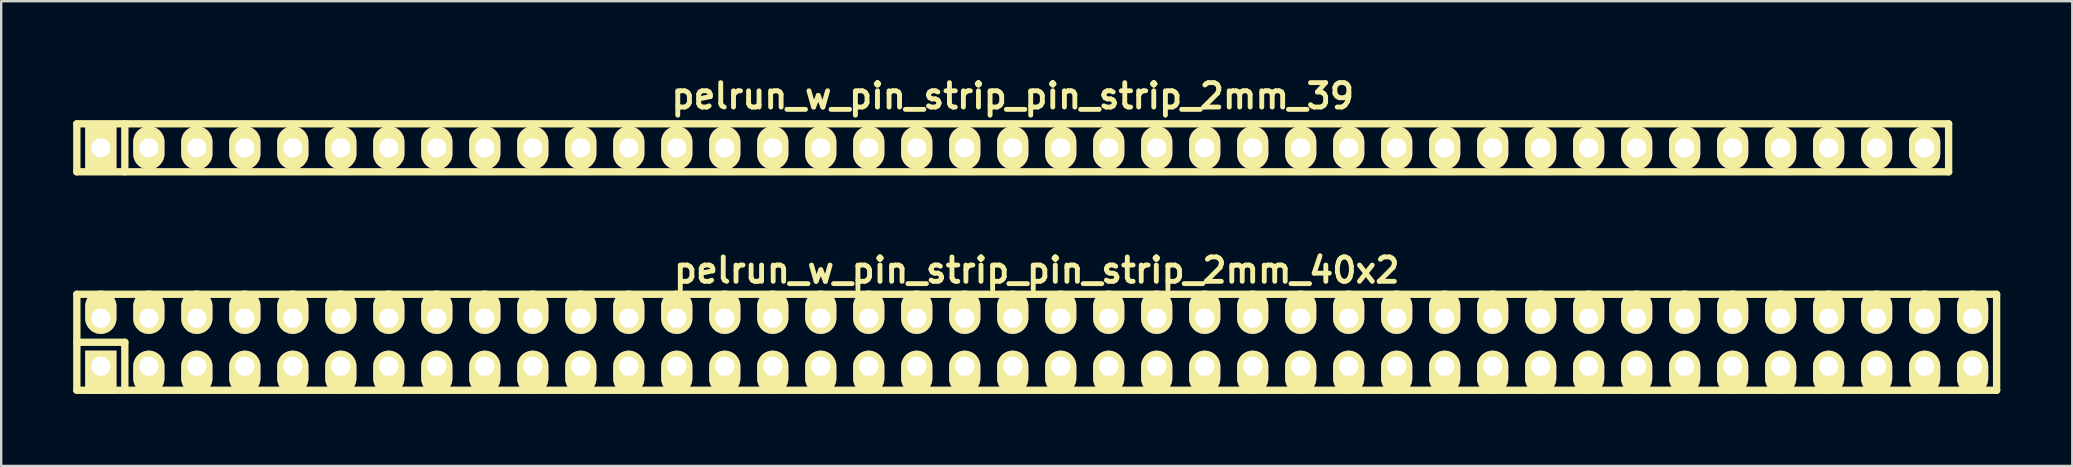
<source format=kicad_pcb>
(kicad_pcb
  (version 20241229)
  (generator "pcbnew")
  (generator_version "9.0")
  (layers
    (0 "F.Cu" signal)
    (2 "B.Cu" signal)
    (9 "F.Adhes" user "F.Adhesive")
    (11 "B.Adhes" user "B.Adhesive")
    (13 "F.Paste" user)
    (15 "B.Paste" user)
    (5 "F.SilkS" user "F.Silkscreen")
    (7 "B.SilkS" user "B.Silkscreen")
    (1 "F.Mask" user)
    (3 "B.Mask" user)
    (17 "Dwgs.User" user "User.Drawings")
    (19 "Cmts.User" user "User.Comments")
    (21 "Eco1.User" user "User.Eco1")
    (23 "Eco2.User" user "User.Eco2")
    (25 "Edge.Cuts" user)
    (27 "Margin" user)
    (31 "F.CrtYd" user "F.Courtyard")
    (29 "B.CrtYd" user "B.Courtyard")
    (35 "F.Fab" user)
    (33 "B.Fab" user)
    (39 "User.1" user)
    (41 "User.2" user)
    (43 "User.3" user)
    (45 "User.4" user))
  (footprint "pelrun_w_pin_strip_pin_strip_2mm_39"
    (layer "F.Cu")
    (at 39.152 3.11)
    (property "Reference" "pelrun_w_pin_strip_pin_strip_2mm_39" (at 0 -2.159 0) (layer "F.SilkS") (effects (font (size 1.016 1.016) (thickness 0.203))))
    (attr through_hole)
    (fp_line (start -39 -1) (end 39 -1) (stroke (width 0.305) (type solid)) (layer "F.SilkS"))
    (fp_line (start -39 1) (end -39 -1) (stroke (width 0.305) (type solid)) (layer "F.SilkS"))
    (fp_line (start -37 -1) (end -37 1) (stroke (width 0.305) (type solid)) (layer "F.SilkS"))
    (fp_line (start 39 -1) (end 39 1) (stroke (width 0.305) (type solid)) (layer "F.SilkS"))
    (fp_line (start 39 1) (end -39 1) (stroke (width 0.305) (type solid)) (layer "F.SilkS"))
    (pad "1" thru_hole rect (at -38 0) (size 1.3 1.8) (drill 0.8) (layers "*.Cu" "*.Mask" "F.SilkS"))
    (pad "2" thru_hole oval (at -36 0) (size 1.3 1.8) (drill 0.8) (layers "*.Cu" "*.Mask" "F.SilkS"))
    (pad "3" thru_hole oval (at -34 0) (size 1.3 1.8) (drill 0.8) (layers "*.Cu" "*.Mask" "F.SilkS"))
    (pad "4" thru_hole oval (at -32 0) (size 1.3 1.8) (drill 0.8) (layers "*.Cu" "*.Mask" "F.SilkS"))
    (pad "5" thru_hole oval (at -30 0) (size 1.3 1.8) (drill 0.8) (layers "*.Cu" "*.Mask" "F.SilkS"))
    (pad "6" thru_hole oval (at -28 0) (size 1.3 1.8) (drill 0.8) (layers "*.Cu" "*.Mask" "F.SilkS"))
    (pad "7" thru_hole oval (at -26 0) (size 1.3 1.8) (drill 0.8) (layers "*.Cu" "*.Mask" "F.SilkS"))
    (pad "8" thru_hole oval (at -24 0) (size 1.3 1.8) (drill 0.8) (layers "*.Cu" "*.Mask" "F.SilkS"))
    (pad "9" thru_hole oval (at -22 0) (size 1.3 1.8) (drill 0.8) (layers "*.Cu" "*.Mask" "F.SilkS"))
    (pad "10" thru_hole oval (at -20 0) (size 1.3 1.8) (drill 0.8) (layers "*.Cu" "*.Mask" "F.SilkS"))
    (pad "11" thru_hole oval (at -18 0) (size 1.3 1.8) (drill 0.8) (layers "*.Cu" "*.Mask" "F.SilkS"))
    (pad "12" thru_hole oval (at -16 0) (size 1.3 1.8) (drill 0.8) (layers "*.Cu" "*.Mask" "F.SilkS"))
    (pad "13" thru_hole oval (at -14 0) (size 1.3 1.8) (drill 0.8) (layers "*.Cu" "*.Mask" "F.SilkS"))
    (pad "14" thru_hole oval (at -12 0) (size 1.3 1.8) (drill 0.8) (layers "*.Cu" "*.Mask" "F.SilkS"))
    (pad "15" thru_hole oval (at -10 0) (size 1.3 1.8) (drill 0.8) (layers "*.Cu" "*.Mask" "F.SilkS"))
    (pad "16" thru_hole oval (at -8 0) (size 1.3 1.8) (drill 0.8) (layers "*.Cu" "*.Mask" "F.SilkS"))
    (pad "17" thru_hole oval (at -6 0) (size 1.3 1.8) (drill 0.8) (layers "*.Cu" "*.Mask" "F.SilkS"))
    (pad "18" thru_hole oval (at -4 0) (size 1.3 1.8) (drill 0.8) (layers "*.Cu" "*.Mask" "F.SilkS"))
    (pad "19" thru_hole oval (at -2 0) (size 1.3 1.8) (drill 0.8) (layers "*.Cu" "*.Mask" "F.SilkS"))
    (pad "20" thru_hole oval (at 0 0) (size 1.3 1.8) (drill 0.8) (layers "*.Cu" "*.Mask" "F.SilkS"))
    (pad "21" thru_hole oval (at 2 0) (size 1.3 1.8) (drill 0.8) (layers "*.Cu" "*.Mask" "F.SilkS"))
    (pad "22" thru_hole oval (at 4 0) (size 1.3 1.8) (drill 0.8) (layers "*.Cu" "*.Mask" "F.SilkS"))
    (pad "23" thru_hole oval (at 6 0) (size 1.3 1.8) (drill 0.8) (layers "*.Cu" "*.Mask" "F.SilkS"))
    (pad "24" thru_hole oval (at 8 0) (size 1.3 1.8) (drill 0.8) (layers "*.Cu" "*.Mask" "F.SilkS"))
    (pad "25" thru_hole oval (at 10 0) (size 1.3 1.8) (drill 0.8) (layers "*.Cu" "*.Mask" "F.SilkS"))
    (pad "26" thru_hole oval (at 12 0) (size 1.3 1.8) (drill 0.8) (layers "*.Cu" "*.Mask" "F.SilkS"))
    (pad "27" thru_hole oval (at 14 0) (size 1.3 1.8) (drill 0.8) (layers "*.Cu" "*.Mask" "F.SilkS"))
    (pad "28" thru_hole oval (at 16 0) (size 1.3 1.8) (drill 0.8) (layers "*.Cu" "*.Mask" "F.SilkS"))
    (pad "29" thru_hole oval (at 18 0) (size 1.3 1.8) (drill 0.8) (layers "*.Cu" "*.Mask" "F.SilkS"))
    (pad "30" thru_hole oval (at 20 0) (size 1.3 1.8) (drill 0.8) (layers "*.Cu" "*.Mask" "F.SilkS"))
    (pad "31" thru_hole oval (at 22 0) (size 1.3 1.8) (drill 0.8) (layers "*.Cu" "*.Mask" "F.SilkS"))
    (pad "32" thru_hole oval (at 24 0) (size 1.3 1.8) (drill 0.8) (layers "*.Cu" "*.Mask" "F.SilkS"))
    (pad "33" thru_hole oval (at 26 0) (size 1.3 1.8) (drill 0.8) (layers "*.Cu" "*.Mask" "F.SilkS"))
    (pad "34" thru_hole oval (at 28 0) (size 1.3 1.8) (drill 0.8) (layers "*.Cu" "*.Mask" "F.SilkS"))
    (pad "35" thru_hole oval (at 30 0) (size 1.3 1.8) (drill 0.8) (layers "*.Cu" "*.Mask" "F.SilkS"))
    (pad "36" thru_hole oval (at 32 0) (size 1.3 1.8) (drill 0.8) (layers "*.Cu" "*.Mask" "F.SilkS"))
    (pad "37" thru_hole oval (at 34 0) (size 1.3 1.8) (drill 0.8) (layers "*.Cu" "*.Mask" "F.SilkS"))
    (pad "38" thru_hole oval (at 36 0) (size 1.3 1.8) (drill 0.8) (layers "*.Cu" "*.Mask" "F.SilkS"))
    (pad "39" thru_hole oval (at 38 0) (size 1.3 1.8) (drill 0.8) (layers "*.Cu" "*.Mask" "F.SilkS")))
  (footprint "pelrun_w_pin_strip_pin_strip_2mm_40x2"
    (layer "F.Cu")
    (at 40.152 11.213)
    (property "Reference" "pelrun_w_pin_strip_pin_strip_2mm_40x2" (at 0 -3 0) (layer "F.SilkS") (effects (font (size 1.016 1.016) (thickness 0.203))))
    (attr through_hole)
    (fp_line (start -40 -2) (end 40 -2) (stroke (width 0.305) (type solid)) (layer "F.SilkS"))
    (fp_line (start -40 0) (end -38 0) (stroke (width 0.305) (type solid)) (layer "F.SilkS"))
    (fp_line (start -40 2) (end -40 -2) (stroke (width 0.305) (type solid)) (layer "F.SilkS"))
    (fp_line (start -38 0) (end -38 2) (stroke (width 0.305) (type solid)) (layer "F.SilkS"))
    (fp_line (start 40 -2) (end 40 2) (stroke (width 0.305) (type solid)) (layer "F.SilkS"))
    (fp_line (start 40 2) (end -40 2) (stroke (width 0.305) (type solid)) (layer "F.SilkS"))
    (pad "1" thru_hole rect (at -39 1) (size 1.3 1.8) (drill 0.8 (offset 0 0.25)) (layers "*.Cu" "*.Mask" "F.SilkS"))
    (pad "2" thru_hole oval (at -39 -1) (size 1.3 1.8) (drill 0.8 (offset 0 -0.25)) (layers "*.Cu" "*.Mask" "F.SilkS"))
    (pad "3" thru_hole oval (at -37 1) (size 1.3 1.8) (drill 0.8 (offset 0 0.25)) (layers "*.Cu" "*.Mask" "F.SilkS"))
    (pad "4" thru_hole oval (at -37 -1) (size 1.3 1.8) (drill 0.8 (offset 0 -0.25)) (layers "*.Cu" "*.Mask" "F.SilkS"))
    (pad "5" thru_hole oval (at -35 1) (size 1.3 1.8) (drill 0.8 (offset 0 0.25)) (layers "*.Cu" "*.Mask" "F.SilkS"))
    (pad "6" thru_hole oval (at -35 -1) (size 1.3 1.8) (drill 0.8 (offset 0 -0.25)) (layers "*.Cu" "*.Mask" "F.SilkS"))
    (pad "7" thru_hole oval (at -33 1) (size 1.3 1.8) (drill 0.8 (offset 0 0.25)) (layers "*.Cu" "*.Mask" "F.SilkS"))
    (pad "8" thru_hole oval (at -33 -1) (size 1.3 1.8) (drill 0.8 (offset 0 -0.25)) (layers "*.Cu" "*.Mask" "F.SilkS"))
    (pad "9" thru_hole oval (at -31 1) (size 1.3 1.8) (drill 0.8 (offset 0 0.25)) (layers "*.Cu" "*.Mask" "F.SilkS"))
    (pad "10" thru_hole oval (at -31 -1) (size 1.3 1.8) (drill 0.8 (offset 0 -0.25)) (layers "*.Cu" "*.Mask" "F.SilkS"))
    (pad "11" thru_hole oval (at -29 1) (size 1.3 1.8) (drill 0.8 (offset 0 0.25)) (layers "*.Cu" "*.Mask" "F.SilkS"))
    (pad "12" thru_hole oval (at -29 -1) (size 1.3 1.8) (drill 0.8 (offset 0 -0.25)) (layers "*.Cu" "*.Mask" "F.SilkS"))
    (pad "13" thru_hole oval (at -27 1) (size 1.3 1.8) (drill 0.8 (offset 0 0.25)) (layers "*.Cu" "*.Mask" "F.SilkS"))
    (pad "14" thru_hole oval (at -27 -1) (size 1.3 1.8) (drill 0.8 (offset 0 -0.25)) (layers "*.Cu" "*.Mask" "F.SilkS"))
    (pad "15" thru_hole oval (at -25 1) (size 1.3 1.8) (drill 0.8 (offset 0 0.25)) (layers "*.Cu" "*.Mask" "F.SilkS"))
    (pad "16" thru_hole oval (at -25 -1) (size 1.3 1.8) (drill 0.8 (offset 0 -0.25)) (layers "*.Cu" "*.Mask" "F.SilkS"))
    (pad "17" thru_hole oval (at -23 1) (size 1.3 1.8) (drill 0.8 (offset 0 0.25)) (layers "*.Cu" "*.Mask" "F.SilkS"))
    (pad "18" thru_hole oval (at -23 -1) (size 1.3 1.8) (drill 0.8 (offset 0 -0.25)) (layers "*.Cu" "*.Mask" "F.SilkS"))
    (pad "19" thru_hole oval (at -21 1) (size 1.3 1.8) (drill 0.8 (offset 0 0.25)) (layers "*.Cu" "*.Mask" "F.SilkS"))
    (pad "20" thru_hole oval (at -21 -1) (size 1.3 1.8) (drill 0.8 (offset 0 -0.25)) (layers "*.Cu" "*.Mask" "F.SilkS"))
    (pad "21" thru_hole oval (at -19 1) (size 1.3 1.8) (drill 0.8 (offset 0 0.25)) (layers "*.Cu" "*.Mask" "F.SilkS"))
    (pad "22" thru_hole oval (at -19 -1) (size 1.3 1.8) (drill 0.8 (offset 0 -0.25)) (layers "*.Cu" "*.Mask" "F.SilkS"))
    (pad "23" thru_hole oval (at -17 1) (size 1.3 1.8) (drill 0.8 (offset 0 0.25)) (layers "*.Cu" "*.Mask" "F.SilkS"))
    (pad "24" thru_hole oval (at -17 -1) (size 1.3 1.8) (drill 0.8 (offset 0 -0.25)) (layers "*.Cu" "*.Mask" "F.SilkS"))
    (pad "25" thru_hole oval (at -15 1) (size 1.3 1.8) (drill 0.8 (offset 0 0.25)) (layers "*.Cu" "*.Mask" "F.SilkS"))
    (pad "26" thru_hole oval (at -15 -1) (size 1.3 1.8) (drill 0.8 (offset 0 -0.25)) (layers "*.Cu" "*.Mask" "F.SilkS"))
    (pad "27" thru_hole oval (at -13 1) (size 1.3 1.8) (drill 0.8 (offset 0 0.25)) (layers "*.Cu" "*.Mask" "F.SilkS"))
    (pad "28" thru_hole oval (at -13 -1) (size 1.3 1.8) (drill 0.8 (offset 0 -0.25)) (layers "*.Cu" "*.Mask" "F.SilkS"))
    (pad "29" thru_hole oval (at -11 1) (size 1.3 1.8) (drill 0.8 (offset 0 0.25)) (layers "*.Cu" "*.Mask" "F.SilkS"))
    (pad "30" thru_hole oval (at -11 -1) (size 1.3 1.8) (drill 0.8 (offset 0 -0.25)) (layers "*.Cu" "*.Mask" "F.SilkS"))
    (pad "31" thru_hole oval (at -9 1) (size 1.3 1.8) (drill 0.8 (offset 0 0.25)) (layers "*.Cu" "*.Mask" "F.SilkS"))
    (pad "32" thru_hole oval (at -9 -1) (size 1.3 1.8) (drill 0.8 (offset 0 -0.25)) (layers "*.Cu" "*.Mask" "F.SilkS"))
    (pad "33" thru_hole oval (at -7 1) (size 1.3 1.8) (drill 0.8 (offset 0 0.25)) (layers "*.Cu" "*.Mask" "F.SilkS"))
    (pad "34" thru_hole oval (at -7 -1) (size 1.3 1.8) (drill 0.8 (offset 0 -0.25)) (layers "*.Cu" "*.Mask" "F.SilkS"))
    (pad "35" thru_hole oval (at -5 1) (size 1.3 1.8) (drill 0.8 (offset 0 0.25)) (layers "*.Cu" "*.Mask" "F.SilkS"))
    (pad "36" thru_hole oval (at -5 -1) (size 1.3 1.8) (drill 0.8 (offset 0 -0.25)) (layers "*.Cu" "*.Mask" "F.SilkS"))
    (pad "37" thru_hole oval (at -3 1) (size 1.3 1.8) (drill 0.8 (offset 0 0.25)) (layers "*.Cu" "*.Mask" "F.SilkS"))
    (pad "38" thru_hole oval (at -3 -1) (size 1.3 1.8) (drill 0.8 (offset 0 -0.25)) (layers "*.Cu" "*.Mask" "F.SilkS"))
    (pad "39" thru_hole oval (at -1 1) (size 1.3 1.8) (drill 0.8 (offset 0 0.25)) (layers "*.Cu" "*.Mask" "F.SilkS"))
    (pad "40" thru_hole oval (at -1 -1) (size 1.3 1.8) (drill 0.8 (offset 0 -0.25)) (layers "*.Cu" "*.Mask" "F.SilkS"))
    (pad "41" thru_hole oval (at 1 1) (size 1.3 1.8) (drill 0.8 (offset 0 0.25)) (layers "*.Cu" "*.Mask" "F.SilkS"))
    (pad "42" thru_hole oval (at 1 -1) (size 1.3 1.8) (drill 0.8 (offset 0 -0.25)) (layers "*.Cu" "*.Mask" "F.SilkS"))
    (pad "43" thru_hole oval (at 3 1) (size 1.3 1.8) (drill 0.8 (offset 0 0.25)) (layers "*.Cu" "*.Mask" "F.SilkS"))
    (pad "44" thru_hole oval (at 3 -1) (size 1.3 1.8) (drill 0.8 (offset 0 -0.25)) (layers "*.Cu" "*.Mask" "F.SilkS"))
    (pad "45" thru_hole oval (at 5 1) (size 1.3 1.8) (drill 0.8 (offset 0 0.25)) (layers "*.Cu" "*.Mask" "F.SilkS"))
    (pad "46" thru_hole oval (at 5 -1) (size 1.3 1.8) (drill 0.8 (offset 0 -0.25)) (layers "*.Cu" "*.Mask" "F.SilkS"))
    (pad "47" thru_hole oval (at 7 1) (size 1.3 1.8) (drill 0.8 (offset 0 0.25)) (layers "*.Cu" "*.Mask" "F.SilkS"))
    (pad "48" thru_hole oval (at 7 -1) (size 1.3 1.8) (drill 0.8 (offset 0 -0.25)) (layers "*.Cu" "*.Mask" "F.SilkS"))
    (pad "49" thru_hole oval (at 9 1) (size 1.3 1.8) (drill 0.8 (offset 0 0.25)) (layers "*.Cu" "*.Mask" "F.SilkS"))
    (pad "50" thru_hole oval (at 9 -1) (size 1.3 1.8) (drill 0.8 (offset 0 -0.25)) (layers "*.Cu" "*.Mask" "F.SilkS"))
    (pad "51" thru_hole oval (at 11 1) (size 1.3 1.8) (drill 0.8 (offset 0 0.25)) (layers "*.Cu" "*.Mask" "F.SilkS"))
    (pad "52" thru_hole oval (at 11 -1) (size 1.3 1.8) (drill 0.8 (offset 0 -0.25)) (layers "*.Cu" "*.Mask" "F.SilkS"))
    (pad "53" thru_hole oval (at 13 1) (size 1.3 1.8) (drill 0.8 (offset 0 0.25)) (layers "*.Cu" "*.Mask" "F.SilkS"))
    (pad "54" thru_hole oval (at 13 -1) (size 1.3 1.8) (drill 0.8 (offset 0 -0.25)) (layers "*.Cu" "*.Mask" "F.SilkS"))
    (pad "55" thru_hole oval (at 15 1) (size 1.3 1.8) (drill 0.8 (offset 0 0.25)) (layers "*.Cu" "*.Mask" "F.SilkS"))
    (pad "56" thru_hole oval (at 15 -1) (size 1.3 1.8) (drill 0.8 (offset 0 -0.25)) (layers "*.Cu" "*.Mask" "F.SilkS"))
    (pad "57" thru_hole oval (at 17 1) (size 1.3 1.8) (drill 0.8 (offset 0 0.25)) (layers "*.Cu" "*.Mask" "F.SilkS"))
    (pad "58" thru_hole oval (at 17 -1) (size 1.3 1.8) (drill 0.8 (offset 0 -0.25)) (layers "*.Cu" "*.Mask" "F.SilkS"))
    (pad "59" thru_hole oval (at 19 1) (size 1.3 1.8) (drill 0.8 (offset 0 0.25)) (layers "*.Cu" "*.Mask" "F.SilkS"))
    (pad "60" thru_hole oval (at 19 -1) (size 1.3 1.8) (drill 0.8 (offset 0 -0.25)) (layers "*.Cu" "*.Mask" "F.SilkS"))
    (pad "61" thru_hole oval (at 21 1) (size 1.3 1.8) (drill 0.8 (offset 0 0.25)) (layers "*.Cu" "*.Mask" "F.SilkS"))
    (pad "62" thru_hole oval (at 21 -1) (size 1.3 1.8) (drill 0.8 (offset 0 -0.25)) (layers "*.Cu" "*.Mask" "F.SilkS"))
    (pad "63" thru_hole oval (at 23 1) (size 1.3 1.8) (drill 0.8 (offset 0 0.25)) (layers "*.Cu" "*.Mask" "F.SilkS"))
    (pad "64" thru_hole oval (at 23 -1) (size 1.3 1.8) (drill 0.8 (offset 0 -0.25)) (layers "*.Cu" "*.Mask" "F.SilkS"))
    (pad "65" thru_hole oval (at 25 1) (size 1.3 1.8) (drill 0.8 (offset 0 0.25)) (layers "*.Cu" "*.Mask" "F.SilkS"))
    (pad "66" thru_hole oval (at 25 -1) (size 1.3 1.8) (drill 0.8 (offset 0 -0.25)) (layers "*.Cu" "*.Mask" "F.SilkS"))
    (pad "67" thru_hole oval (at 27 1) (size 1.3 1.8) (drill 0.8 (offset 0 0.25)) (layers "*.Cu" "*.Mask" "F.SilkS"))
    (pad "68" thru_hole oval (at 27 -1) (size 1.3 1.8) (drill 0.8 (offset 0 -0.25)) (layers "*.Cu" "*.Mask" "F.SilkS"))
    (pad "69" thru_hole oval (at 29 1) (size 1.3 1.8) (drill 0.8 (offset 0 0.25)) (layers "*.Cu" "*.Mask" "F.SilkS"))
    (pad "70" thru_hole oval (at 29 -1) (size 1.3 1.8) (drill 0.8 (offset 0 -0.25)) (layers "*.Cu" "*.Mask" "F.SilkS"))
    (pad "71" thru_hole oval (at 31 1) (size 1.3 1.8) (drill 0.8 (offset 0 0.25)) (layers "*.Cu" "*.Mask" "F.SilkS"))
    (pad "72" thru_hole oval (at 31 -1) (size 1.3 1.8) (drill 0.8 (offset 0 -0.25)) (layers "*.Cu" "*.Mask" "F.SilkS"))
    (pad "73" thru_hole oval (at 33 1) (size 1.3 1.8) (drill 0.8 (offset 0 0.25)) (layers "*.Cu" "*.Mask" "F.SilkS"))
    (pad "74" thru_hole oval (at 33 -1) (size 1.3 1.8) (drill 0.8 (offset 0 -0.25)) (layers "*.Cu" "*.Mask" "F.SilkS"))
    (pad "75" thru_hole oval (at 35 1) (size 1.3 1.8) (drill 0.8 (offset 0 0.25)) (layers "*.Cu" "*.Mask" "F.SilkS"))
    (pad "76" thru_hole oval (at 35 -1) (size 1.3 1.8) (drill 0.8 (offset 0 -0.25)) (layers "*.Cu" "*.Mask" "F.SilkS"))
    (pad "77" thru_hole oval (at 37 1) (size 1.3 1.8) (drill 0.8 (offset 0 0.25)) (layers "*.Cu" "*.Mask" "F.SilkS"))
    (pad "78" thru_hole oval (at 37 -1) (size 1.3 1.8) (drill 0.8 (offset 0 -0.25)) (layers "*.Cu" "*.Mask" "F.SilkS"))
    (pad "79" thru_hole oval (at 39 1) (size 1.3 1.8) (drill 0.8 (offset 0 0.25)) (layers "*.Cu" "*.Mask" "F.SilkS"))
    (pad "80" thru_hole oval (at 39 -1) (size 1.3 1.8) (drill 0.8 (offset 0 -0.25)) (layers "*.Cu" "*.Mask" "F.SilkS")))
  (gr_rect
    (start -3 -3)
    (end 83.305 16.366)
    (stroke (width 0.1) (type default))
    (fill no)
    (layer "Edge.Cuts")))
</source>
